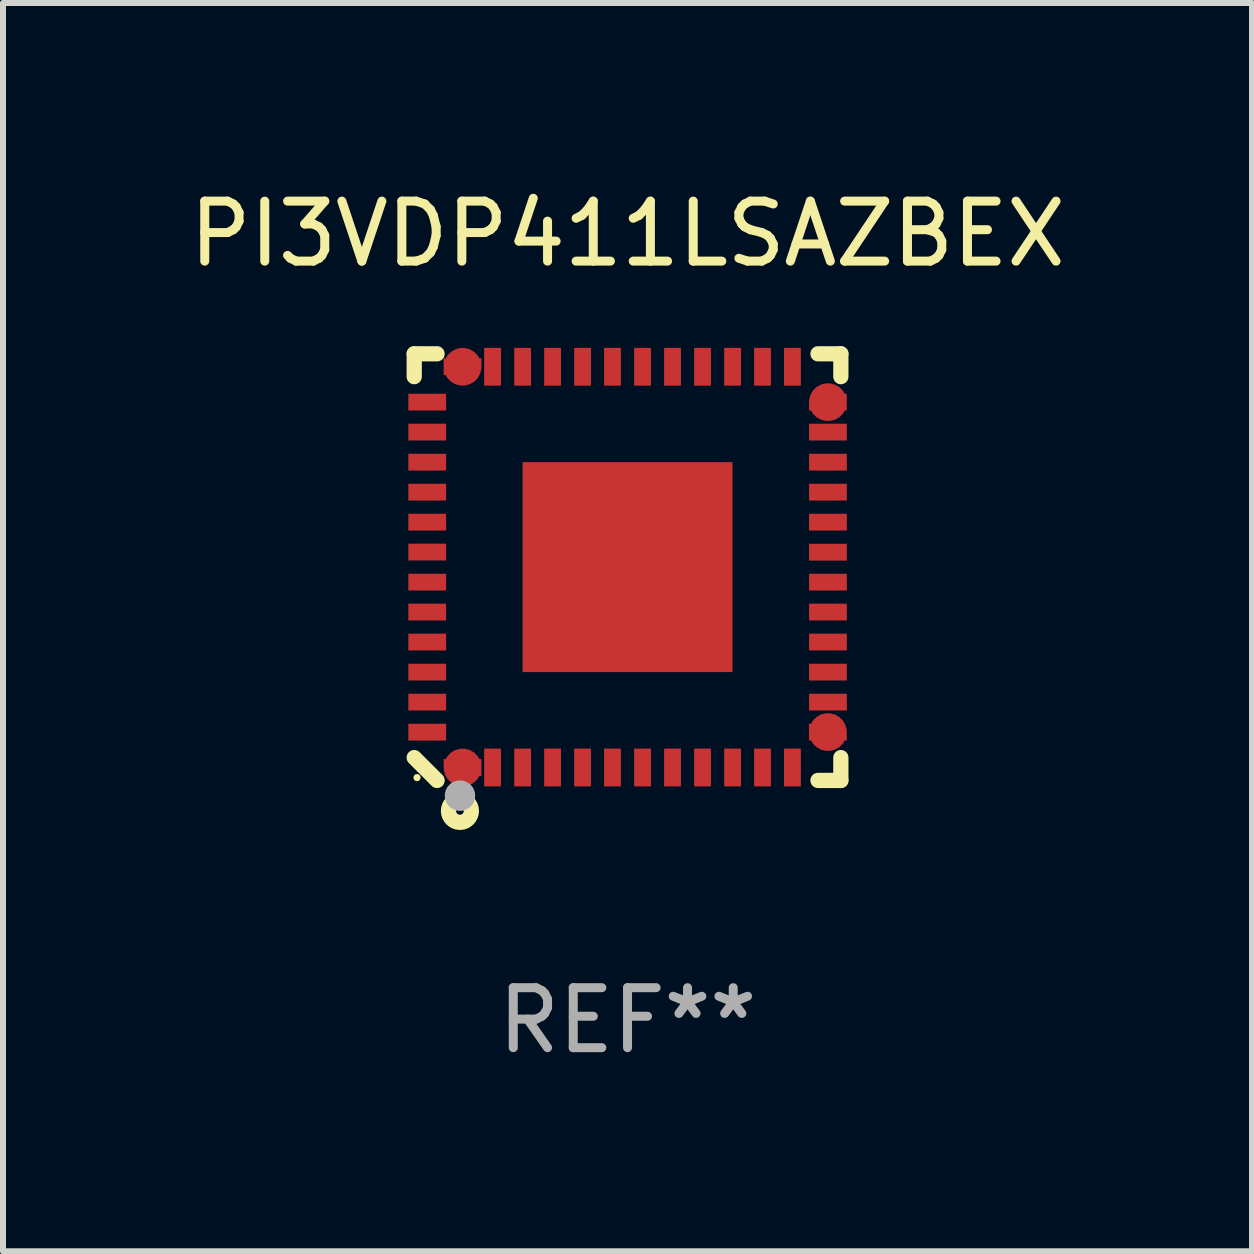
<source format=kicad_pcb>
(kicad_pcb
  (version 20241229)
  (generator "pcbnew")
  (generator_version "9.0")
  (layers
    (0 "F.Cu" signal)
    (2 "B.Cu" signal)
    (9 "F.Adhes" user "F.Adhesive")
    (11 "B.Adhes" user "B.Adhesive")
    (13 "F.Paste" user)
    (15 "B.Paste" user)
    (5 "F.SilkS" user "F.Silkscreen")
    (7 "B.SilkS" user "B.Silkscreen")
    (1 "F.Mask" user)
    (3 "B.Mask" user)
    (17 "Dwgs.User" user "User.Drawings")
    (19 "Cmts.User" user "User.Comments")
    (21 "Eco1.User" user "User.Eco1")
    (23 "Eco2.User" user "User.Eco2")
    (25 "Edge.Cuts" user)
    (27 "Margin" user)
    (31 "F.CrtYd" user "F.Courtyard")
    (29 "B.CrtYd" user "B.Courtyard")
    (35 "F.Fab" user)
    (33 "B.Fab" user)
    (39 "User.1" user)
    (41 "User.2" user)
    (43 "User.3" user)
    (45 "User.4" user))
  (footprint "PI3VDP411LSAZBEX"
    (layer "F.Cu")
    (at 7.411 6.404)
    (property "Reference" "PI3VDP411LSAZBEX" (at 0 -5.556 0) (layer "F.SilkS") (effects (font (size 1 1) (thickness 0.15))))
    (attr through_hole)
    (fp_line (start -3.556 -3.556) (end -3.175 -3.556) (stroke (width 0.254) (type solid)) (layer "F.SilkS"))
    (fp_line (start -3.556 -3.175) (end -3.556 -3.556) (stroke (width 0.254) (type solid)) (layer "F.SilkS"))
    (fp_line (start -3.556 3.175) (end -3.175 3.556) (stroke (width 0.254) (type solid)) (layer "F.SilkS"))
    (fp_line (start 3.175 -3.556) (end 3.556 -3.556) (stroke (width 0.254) (type solid)) (layer "F.SilkS"))
    (fp_line (start 3.175 3.556) (end 3.556 3.556) (stroke (width 0.254) (type solid)) (layer "F.SilkS"))
    (fp_line (start 3.556 -3.556) (end 3.556 -3.175) (stroke (width 0.254) (type solid)) (layer "F.SilkS"))
    (fp_line (start 3.556 3.556) (end 3.556 3.175) (stroke (width 0.254) (type solid)) (layer "F.SilkS"))
    (fp_circle (center -3.509 3.509) (end -3.479 3.509) (stroke (width 0.06) (type solid)) (fill no) (layer "F.SilkS"))
    (fp_circle (center -2.794 4.064) (end -2.73 4.064) (stroke (width 0.254) (type solid)) (fill no) (layer "F.SilkS"))
    (fp_circle (center -2.793 3.81) (end -2.666 3.81) (stroke (width 0.254) (type solid)) (fill no) (layer "F.Fab"))
    (fp_text user "REF**" (at 0 7.556 0) (layer "F.Fab") (effects (font (size 1 1) (thickness 0.15))))
    (pad "1" smd custom (at -2.75 3.34 90) (size 0.63 0.28) (layers "F.Cu" "F.Mask" "F.Paste") (options (anchor circle)) (primitives (gr_poly (pts (xy -0.14 0.315) (xy -0.14 -0.2) (xy -0.01 -0.315) (xy 0.14 -0.315) (xy 0.14 0.315)) (width 0) (fill yes))))
    (pad "2" smd rect (at -2.25 3.34 90) (size 0.63 0.28) (layers "F.Cu" "F.Mask" "F.Paste"))
    (pad "3" smd rect (at -1.749 3.34 90) (size 0.63 0.28) (layers "F.Cu" "F.Mask" "F.Paste"))
    (pad "4" smd rect (at -1.25 3.34 90) (size 0.63 0.28) (layers "F.Cu" "F.Mask" "F.Paste"))
    (pad "5" smd rect (at -0.75 3.34 90) (size 0.63 0.28) (layers "F.Cu" "F.Mask" "F.Paste"))
    (pad "6" smd rect (at -0.251 3.34 90) (size 0.63 0.28) (layers "F.Cu" "F.Mask" "F.Paste"))
    (pad "7" smd rect (at 0.25 3.34 90) (size 0.63 0.28) (layers "F.Cu" "F.Mask" "F.Paste"))
    (pad "8" smd rect (at 0.75 3.34 90) (size 0.63 0.28) (layers "F.Cu" "F.Mask" "F.Paste"))
    (pad "9" smd rect (at 1.25 3.34 90) (size 0.63 0.28) (layers "F.Cu" "F.Mask" "F.Paste"))
    (pad "10" smd rect (at 1.751 3.34 90) (size 0.63 0.28) (layers "F.Cu" "F.Mask" "F.Paste"))
    (pad "11" smd rect (at 2.25 3.34 90) (size 0.63 0.28) (layers "F.Cu" "F.Mask" "F.Paste"))
    (pad "12" smd rect (at 2.749 3.34 90) (size 0.63 0.28) (layers "F.Cu" "F.Mask" "F.Paste"))
    (pad "13" smd custom (at 3.34 2.75 180) (size 0.63 0.28) (layers "F.Cu" "F.Mask" "F.Paste") (options (anchor circle)) (primitives (gr_poly (pts (xy 0.315 0.14) (xy -0.2 0.14) (xy -0.315 0.01) (xy -0.315 -0.14) (xy 0.315 -0.14)) (width 0) (fill yes))))
    (pad "14" smd rect (at 3.341 2.25 90) (size 0.28 0.63) (layers "F.Cu" "F.Mask" "F.Paste"))
    (pad "15" smd rect (at 3.341 1.75 90) (size 0.28 0.63) (layers "F.Cu" "F.Mask" "F.Paste"))
    (pad "16" smd rect (at 3.341 1.249 90) (size 0.28 0.63) (layers "F.Cu" "F.Mask" "F.Paste"))
    (pad "17" smd rect (at 3.341 0.749 90) (size 0.28 0.63) (layers "F.Cu" "F.Mask" "F.Paste"))
    (pad "18" smd rect (at 3.341 0.25 90) (size 0.28 0.63) (layers "F.Cu" "F.Mask" "F.Paste"))
    (pad "19" smd rect (at 3.341 -0.249 90) (size 0.28 0.63) (layers "F.Cu" "F.Mask" "F.Paste"))
    (pad "20" smd rect (at 3.341 -0.75 90) (size 0.28 0.63) (layers "F.Cu" "F.Mask" "F.Paste"))
    (pad "21" smd rect (at 3.341 -1.25 90) (size 0.28 0.63) (layers "F.Cu" "F.Mask" "F.Paste"))
    (pad "22" smd rect (at 3.341 -1.75 90) (size 0.28 0.63) (layers "F.Cu" "F.Mask" "F.Paste"))
    (pad "23" smd rect (at 3.341 -2.251 90) (size 0.28 0.63) (layers "F.Cu" "F.Mask" "F.Paste"))
    (pad "24" smd custom (at 3.34 -2.75) (size 0.63 0.28) (layers "F.Cu" "F.Mask" "F.Paste") (options (anchor circle)) (primitives (gr_poly (pts (xy 0.315 -0.14) (xy -0.2 -0.14) (xy -0.315 -0.01) (xy -0.315 0.14) (xy 0.315 0.14)) (width 0) (fill yes))))
    (pad "25" smd rect (at 2.749 -3.34 90) (size 0.63 0.28) (layers "F.Cu" "F.Mask" "F.Paste"))
    (pad "26" smd rect (at 2.25 -3.34 90) (size 0.63 0.28) (layers "F.Cu" "F.Mask" "F.Paste"))
    (pad "27" smd rect (at 1.751 -3.34 90) (size 0.63 0.28) (layers "F.Cu" "F.Mask" "F.Paste"))
    (pad "28" smd rect (at 1.25 -3.34 90) (size 0.63 0.28) (layers "F.Cu" "F.Mask" "F.Paste"))
    (pad "29" smd rect (at 0.75 -3.34 90) (size 0.63 0.28) (layers "F.Cu" "F.Mask" "F.Paste"))
    (pad "30" smd rect (at 0.25 -3.34 90) (size 0.63 0.28) (layers "F.Cu" "F.Mask" "F.Paste"))
    (pad "31" smd rect (at -0.251 -3.34 90) (size 0.63 0.28) (layers "F.Cu" "F.Mask" "F.Paste"))
    (pad "32" smd rect (at -0.75 -3.34 90) (size 0.63 0.28) (layers "F.Cu" "F.Mask" "F.Paste"))
    (pad "33" smd rect (at -1.25 -3.34 90) (size 0.63 0.28) (layers "F.Cu" "F.Mask" "F.Paste"))
    (pad "34" smd rect (at -1.749 -3.34 90) (size 0.63 0.28) (layers "F.Cu" "F.Mask" "F.Paste"))
    (pad "35" smd rect (at -2.25 -3.34 90) (size 0.63 0.28) (layers "F.Cu" "F.Mask" "F.Paste"))
    (pad "36" smd custom (at -2.75 -3.34 90) (size 0.63 0.28) (layers "F.Cu" "F.Mask" "F.Paste") (options (anchor circle)) (primitives (gr_poly (pts (xy -0.14 -0.315) (xy -0.14 0.2) (xy -0.01 0.315) (xy 0.14 0.315) (xy 0.14 -0.315)) (width 0) (fill yes))))
    (pad "37" smd rect (at -3.339 -2.751 90) (size 0.28 0.63) (layers "F.Cu" "F.Mask" "F.Paste"))
    (pad "38" smd rect (at -3.339 -2.251 90) (size 0.28 0.63) (layers "F.Cu" "F.Mask" "F.Paste"))
    (pad "39" smd rect (at -3.339 -1.75 90) (size 0.28 0.63) (layers "F.Cu" "F.Mask" "F.Paste"))
    (pad "40" smd rect (at -3.339 -1.25 90) (size 0.28 0.63) (layers "F.Cu" "F.Mask" "F.Paste"))
    (pad "41" smd rect (at -3.339 -0.75 90) (size 0.28 0.63) (layers "F.Cu" "F.Mask" "F.Paste"))
    (pad "42" smd rect (at -3.339 -0.251 90) (size 0.28 0.63) (layers "F.Cu" "F.Mask" "F.Paste"))
    (pad "43" smd rect (at -3.339 0.25 90) (size 0.28 0.63) (layers "F.Cu" "F.Mask" "F.Paste"))
    (pad "44" smd rect (at -3.339 0.749 90) (size 0.28 0.63) (layers "F.Cu" "F.Mask" "F.Paste"))
    (pad "45" smd rect (at -3.339 1.249 90) (size 0.28 0.63) (layers "F.Cu" "F.Mask" "F.Paste"))
    (pad "46" smd rect (at -3.339 1.75 90) (size 0.28 0.63) (layers "F.Cu" "F.Mask" "F.Paste"))
    (pad "47" smd rect (at -3.339 2.25 90) (size 0.28 0.63) (layers "F.Cu" "F.Mask" "F.Paste"))
    (pad "48" smd rect (at -3.339 2.751 90) (size 0.28 0.63) (layers "F.Cu" "F.Mask" "F.Paste"))
    (pad "49" smd rect (at 0.000051 -0.000203 270) (size 3.5 3.5) (layers "F.Cu" "F.Mask" "F.Paste")))
  (gr_rect
    (start -3 -3)
    (end 17.821 17.809)
    (stroke (width 0.1) (type default))
    (fill no)
    (layer "Edge.Cuts")))
</source>
